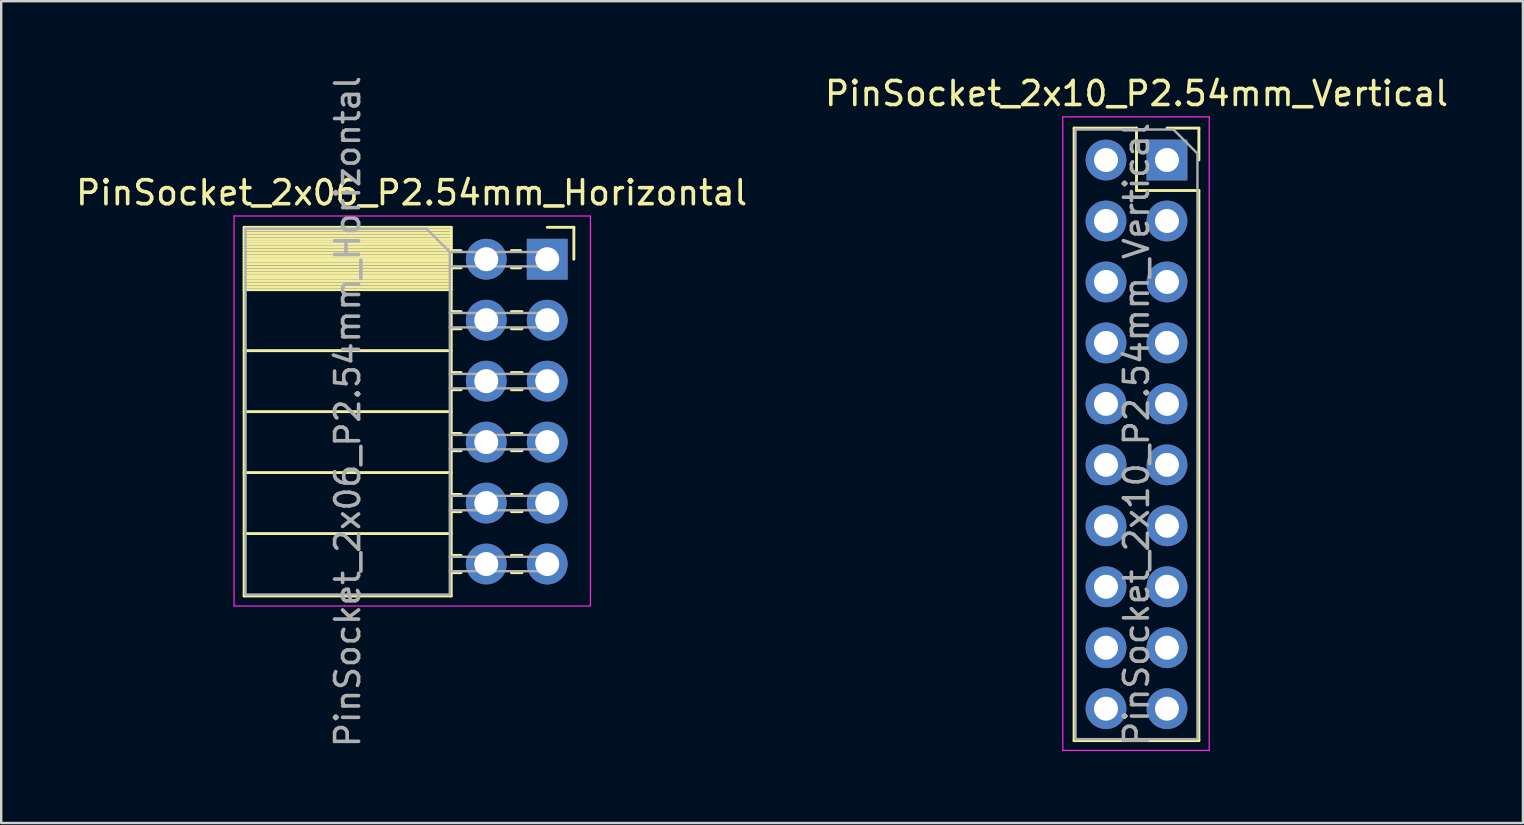
<source format=kicad_pcb>
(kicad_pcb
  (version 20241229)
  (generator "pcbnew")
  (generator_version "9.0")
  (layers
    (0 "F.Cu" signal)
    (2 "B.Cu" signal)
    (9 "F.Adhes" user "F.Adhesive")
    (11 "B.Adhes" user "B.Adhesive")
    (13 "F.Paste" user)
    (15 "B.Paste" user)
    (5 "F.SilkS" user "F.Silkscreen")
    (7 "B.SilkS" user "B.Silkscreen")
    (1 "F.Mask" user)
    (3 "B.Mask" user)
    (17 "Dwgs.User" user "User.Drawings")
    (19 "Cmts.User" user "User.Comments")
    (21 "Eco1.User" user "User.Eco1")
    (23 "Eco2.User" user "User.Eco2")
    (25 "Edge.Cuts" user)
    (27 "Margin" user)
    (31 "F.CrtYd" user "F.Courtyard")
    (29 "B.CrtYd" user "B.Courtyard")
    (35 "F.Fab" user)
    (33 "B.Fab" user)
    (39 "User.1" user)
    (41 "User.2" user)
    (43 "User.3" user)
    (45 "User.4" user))
  (footprint "PinSocket_2x06_P2.54mm_Horizontal"
    (layer "F.Cu")
    (at 19.751 7.751)
    (property "Reference" "PinSocket_2x06_P2.54mm_Horizontal" (at -5.65 -2.77 0) (layer "F.SilkS") (effects (font (size 1 1) (thickness 0.15))))
    (attr through_hole)
    (fp_line (start -12.63 -1.33) (end -12.63 14.03) (stroke (width 0.12) (type solid)) (layer "F.SilkS"))
    (fp_line (start -12.63 -1.33) (end -4 -1.33) (stroke (width 0.12) (type solid)) (layer "F.SilkS"))
    (fp_line (start -12.63 -1.21) (end -4 -1.21) (stroke (width 0.12) (type solid)) (layer "F.SilkS"))
    (fp_line (start -12.63 -1.092) (end -4 -1.092) (stroke (width 0.12) (type solid)) (layer "F.SilkS"))
    (fp_line (start -12.63 -0.974) (end -4 -0.974) (stroke (width 0.12) (type solid)) (layer "F.SilkS"))
    (fp_line (start -12.63 -0.856) (end -4 -0.856) (stroke (width 0.12) (type solid)) (layer "F.SilkS"))
    (fp_line (start -12.63 -0.738) (end -4 -0.738) (stroke (width 0.12) (type solid)) (layer "F.SilkS"))
    (fp_line (start -12.63 -0.62) (end -4 -0.62) (stroke (width 0.12) (type solid)) (layer "F.SilkS"))
    (fp_line (start -12.63 -0.501) (end -4 -0.501) (stroke (width 0.12) (type solid)) (layer "F.SilkS"))
    (fp_line (start -12.63 -0.383) (end -4 -0.383) (stroke (width 0.12) (type solid)) (layer "F.SilkS"))
    (fp_line (start -12.63 -0.265) (end -4 -0.265) (stroke (width 0.12) (type solid)) (layer "F.SilkS"))
    (fp_line (start -12.63 -0.147) (end -4 -0.147) (stroke (width 0.12) (type solid)) (layer "F.SilkS"))
    (fp_line (start -12.63 -0.029) (end -4 -0.029) (stroke (width 0.12) (type solid)) (layer "F.SilkS"))
    (fp_line (start -12.63 0.089) (end -4 0.089) (stroke (width 0.12) (type solid)) (layer "F.SilkS"))
    (fp_line (start -12.63 0.207) (end -4 0.207) (stroke (width 0.12) (type solid)) (layer "F.SilkS"))
    (fp_line (start -12.63 0.325) (end -4 0.325) (stroke (width 0.12) (type solid)) (layer "F.SilkS"))
    (fp_line (start -12.63 0.443) (end -4 0.443) (stroke (width 0.12) (type solid)) (layer "F.SilkS"))
    (fp_line (start -12.63 0.561) (end -4 0.561) (stroke (width 0.12) (type solid)) (layer "F.SilkS"))
    (fp_line (start -12.63 0.68) (end -4 0.68) (stroke (width 0.12) (type solid)) (layer "F.SilkS"))
    (fp_line (start -12.63 0.798) (end -4 0.798) (stroke (width 0.12) (type solid)) (layer "F.SilkS"))
    (fp_line (start -12.63 0.916) (end -4 0.916) (stroke (width 0.12) (type solid)) (layer "F.SilkS"))
    (fp_line (start -12.63 1.034) (end -4 1.034) (stroke (width 0.12) (type solid)) (layer "F.SilkS"))
    (fp_line (start -12.63 1.152) (end -4 1.152) (stroke (width 0.12) (type solid)) (layer "F.SilkS"))
    (fp_line (start -12.63 1.27) (end -4 1.27) (stroke (width 0.12) (type solid)) (layer "F.SilkS"))
    (fp_line (start -12.63 3.81) (end -4 3.81) (stroke (width 0.12) (type solid)) (layer "F.SilkS"))
    (fp_line (start -12.63 6.35) (end -4 6.35) (stroke (width 0.12) (type solid)) (layer "F.SilkS"))
    (fp_line (start -12.63 8.89) (end -4 8.89) (stroke (width 0.12) (type solid)) (layer "F.SilkS"))
    (fp_line (start -12.63 11.43) (end -4 11.43) (stroke (width 0.12) (type solid)) (layer "F.SilkS"))
    (fp_line (start -12.63 14.03) (end -4 14.03) (stroke (width 0.12) (type solid)) (layer "F.SilkS"))
    (fp_line (start -4 -1.33) (end -4 14.03) (stroke (width 0.12) (type solid)) (layer "F.SilkS"))
    (fp_line (start -4 -0.36) (end -3.59 -0.36) (stroke (width 0.12) (type solid)) (layer "F.SilkS"))
    (fp_line (start -4 0.36) (end -3.59 0.36) (stroke (width 0.12) (type solid)) (layer "F.SilkS"))
    (fp_line (start -4 2.18) (end -3.59 2.18) (stroke (width 0.12) (type solid)) (layer "F.SilkS"))
    (fp_line (start -4 2.9) (end -3.59 2.9) (stroke (width 0.12) (type solid)) (layer "F.SilkS"))
    (fp_line (start -4 4.72) (end -3.59 4.72) (stroke (width 0.12) (type solid)) (layer "F.SilkS"))
    (fp_line (start -4 5.44) (end -3.59 5.44) (stroke (width 0.12) (type solid)) (layer "F.SilkS"))
    (fp_line (start -4 7.26) (end -3.59 7.26) (stroke (width 0.12) (type solid)) (layer "F.SilkS"))
    (fp_line (start -4 7.98) (end -3.59 7.98) (stroke (width 0.12) (type solid)) (layer "F.SilkS"))
    (fp_line (start -4 9.8) (end -3.59 9.8) (stroke (width 0.12) (type solid)) (layer "F.SilkS"))
    (fp_line (start -4 10.52) (end -3.59 10.52) (stroke (width 0.12) (type solid)) (layer "F.SilkS"))
    (fp_line (start -4 12.34) (end -3.59 12.34) (stroke (width 0.12) (type solid)) (layer "F.SilkS"))
    (fp_line (start -4 13.06) (end -3.59 13.06) (stroke (width 0.12) (type solid)) (layer "F.SilkS"))
    (fp_line (start -1.49 -0.36) (end -1.11 -0.36) (stroke (width 0.12) (type solid)) (layer "F.SilkS"))
    (fp_line (start -1.49 0.36) (end -1.11 0.36) (stroke (width 0.12) (type solid)) (layer "F.SilkS"))
    (fp_line (start -1.49 2.18) (end -1.05 2.18) (stroke (width 0.12) (type solid)) (layer "F.SilkS"))
    (fp_line (start -1.49 2.9) (end -1.05 2.9) (stroke (width 0.12) (type solid)) (layer "F.SilkS"))
    (fp_line (start -1.49 4.72) (end -1.05 4.72) (stroke (width 0.12) (type solid)) (layer "F.SilkS"))
    (fp_line (start -1.49 5.44) (end -1.05 5.44) (stroke (width 0.12) (type solid)) (layer "F.SilkS"))
    (fp_line (start -1.49 7.26) (end -1.05 7.26) (stroke (width 0.12) (type solid)) (layer "F.SilkS"))
    (fp_line (start -1.49 7.98) (end -1.05 7.98) (stroke (width 0.12) (type solid)) (layer "F.SilkS"))
    (fp_line (start -1.49 9.8) (end -1.05 9.8) (stroke (width 0.12) (type solid)) (layer "F.SilkS"))
    (fp_line (start -1.49 10.52) (end -1.05 10.52) (stroke (width 0.12) (type solid)) (layer "F.SilkS"))
    (fp_line (start -1.49 12.34) (end -1.05 12.34) (stroke (width 0.12) (type solid)) (layer "F.SilkS"))
    (fp_line (start -1.49 13.06) (end -1.05 13.06) (stroke (width 0.12) (type solid)) (layer "F.SilkS"))
    (fp_line (start 0 -1.33) (end 1.11 -1.33) (stroke (width 0.12) (type solid)) (layer "F.SilkS"))
    (fp_line (start 1.11 -1.33) (end 1.11 0) (stroke (width 0.12) (type solid)) (layer "F.SilkS"))
    (fp_line (start -13.05 -1.8) (end -13.05 14.45) (stroke (width 0.05) (type solid)) (layer "F.CrtYd"))
    (fp_line (start -13.05 14.45) (end 1.8 14.45) (stroke (width 0.05) (type solid)) (layer "F.CrtYd"))
    (fp_line (start 1.8 -1.8) (end -13.05 -1.8) (stroke (width 0.05) (type solid)) (layer "F.CrtYd"))
    (fp_line (start 1.8 14.45) (end 1.8 -1.8) (stroke (width 0.05) (type solid)) (layer "F.CrtYd"))
    (fp_line (start -12.57 -1.27) (end -5.03 -1.27) (stroke (width 0.1) (type solid)) (layer "F.Fab"))
    (fp_line (start -12.57 13.97) (end -12.57 -1.27) (stroke (width 0.1) (type solid)) (layer "F.Fab"))
    (fp_line (start -5.03 -1.27) (end -4.06 -0.3) (stroke (width 0.1) (type solid)) (layer "F.Fab"))
    (fp_line (start -4.06 -0.3) (end -4.06 13.97) (stroke (width 0.1) (type solid)) (layer "F.Fab"))
    (fp_line (start -4.06 0.3) (end 0 0.3) (stroke (width 0.1) (type solid)) (layer "F.Fab"))
    (fp_line (start -4.06 2.84) (end 0 2.84) (stroke (width 0.1) (type solid)) (layer "F.Fab"))
    (fp_line (start -4.06 5.38) (end 0 5.38) (stroke (width 0.1) (type solid)) (layer "F.Fab"))
    (fp_line (start -4.06 7.92) (end 0 7.92) (stroke (width 0.1) (type solid)) (layer "F.Fab"))
    (fp_line (start -4.06 10.46) (end 0 10.46) (stroke (width 0.1) (type solid)) (layer "F.Fab"))
    (fp_line (start -4.06 13) (end 0 13) (stroke (width 0.1) (type solid)) (layer "F.Fab"))
    (fp_line (start -4.06 13.97) (end -12.57 13.97) (stroke (width 0.1) (type solid)) (layer "F.Fab"))
    (fp_line (start 0 -0.3) (end -4.06 -0.3) (stroke (width 0.1) (type solid)) (layer "F.Fab"))
    (fp_line (start 0 0.3) (end 0 -0.3) (stroke (width 0.1) (type solid)) (layer "F.Fab"))
    (fp_line (start 0 2.24) (end -4.06 2.24) (stroke (width 0.1) (type solid)) (layer "F.Fab"))
    (fp_line (start 0 2.84) (end 0 2.24) (stroke (width 0.1) (type solid)) (layer "F.Fab"))
    (fp_line (start 0 4.78) (end -4.06 4.78) (stroke (width 0.1) (type solid)) (layer "F.Fab"))
    (fp_line (start 0 5.38) (end 0 4.78) (stroke (width 0.1) (type solid)) (layer "F.Fab"))
    (fp_line (start 0 7.32) (end -4.06 7.32) (stroke (width 0.1) (type solid)) (layer "F.Fab"))
    (fp_line (start 0 7.92) (end 0 7.32) (stroke (width 0.1) (type solid)) (layer "F.Fab"))
    (fp_line (start 0 9.86) (end -4.06 9.86) (stroke (width 0.1) (type solid)) (layer "F.Fab"))
    (fp_line (start 0 10.46) (end 0 9.86) (stroke (width 0.1) (type solid)) (layer "F.Fab"))
    (fp_line (start 0 12.4) (end -4.06 12.4) (stroke (width 0.1) (type solid)) (layer "F.Fab"))
    (fp_line (start 0 13) (end 0 12.4) (stroke (width 0.1) (type solid)) (layer "F.Fab"))
    (fp_text user "${REFERENCE}" (at -8.315 6.35 90) (layer "F.Fab") (effects (font (size 1 1) (thickness 0.15))))
    (pad "1" thru_hole rect (at 0 0) (size 1.7 1.7) (drill 1) (layers "*.Cu" "*.Mask"))
    (pad "2" thru_hole oval (at -2.54 0) (size 1.7 1.7) (drill 1) (layers "*.Cu" "*.Mask"))
    (pad "3" thru_hole oval (at 0 2.54) (size 1.7 1.7) (drill 1) (layers "*.Cu" "*.Mask"))
    (pad "4" thru_hole oval (at -2.54 2.54) (size 1.7 1.7) (drill 1) (layers "*.Cu" "*.Mask"))
    (pad "5" thru_hole oval (at 0 5.08) (size 1.7 1.7) (drill 1) (layers "*.Cu" "*.Mask"))
    (pad "6" thru_hole oval (at -2.54 5.08) (size 1.7 1.7) (drill 1) (layers "*.Cu" "*.Mask"))
    (pad "7" thru_hole oval (at 0 7.62) (size 1.7 1.7) (drill 1) (layers "*.Cu" "*.Mask"))
    (pad "8" thru_hole oval (at -2.54 7.62) (size 1.7 1.7) (drill 1) (layers "*.Cu" "*.Mask"))
    (pad "9" thru_hole oval (at 0 10.16) (size 1.7 1.7) (drill 1) (layers "*.Cu" "*.Mask"))
    (pad "10" thru_hole oval (at -2.54 10.16) (size 1.7 1.7) (drill 1) (layers "*.Cu" "*.Mask"))
    (pad "11" thru_hole oval (at 0 12.7) (size 1.7 1.7) (drill 1) (layers "*.Cu" "*.Mask"))
    (pad "12" thru_hole oval (at -2.54 12.7) (size 1.7 1.7) (drill 1) (layers "*.Cu" "*.Mask")))
  (footprint "PinSocket_2x10_P2.54mm_Vertical"
    (layer "F.Cu")
    (at 45.574 3.618)
    (property "Reference" "PinSocket_2x10_P2.54mm_Vertical" (at -1.27 -2.77 0) (layer "F.SilkS") (effects (font (size 1 1) (thickness 0.15))))
    (attr through_hole)
    (fp_line (start -3.87 -1.33) (end -3.87 24.19) (stroke (width 0.12) (type solid)) (layer "F.SilkS"))
    (fp_line (start -3.87 -1.33) (end -1.27 -1.33) (stroke (width 0.12) (type solid)) (layer "F.SilkS"))
    (fp_line (start -3.87 24.19) (end 1.33 24.19) (stroke (width 0.12) (type solid)) (layer "F.SilkS"))
    (fp_line (start -1.27 -1.33) (end -1.27 1.27) (stroke (width 0.12) (type solid)) (layer "F.SilkS"))
    (fp_line (start -1.27 1.27) (end 1.33 1.27) (stroke (width 0.12) (type solid)) (layer "F.SilkS"))
    (fp_line (start 0 -1.33) (end 1.33 -1.33) (stroke (width 0.12) (type solid)) (layer "F.SilkS"))
    (fp_line (start 1.33 -1.33) (end 1.33 0) (stroke (width 0.12) (type solid)) (layer "F.SilkS"))
    (fp_line (start 1.33 1.27) (end 1.33 24.19) (stroke (width 0.12) (type solid)) (layer "F.SilkS"))
    (fp_line (start -4.34 -1.8) (end 1.76 -1.8) (stroke (width 0.05) (type solid)) (layer "F.CrtYd"))
    (fp_line (start -4.34 24.6) (end -4.34 -1.8) (stroke (width 0.05) (type solid)) (layer "F.CrtYd"))
    (fp_line (start 1.76 -1.8) (end 1.76 24.6) (stroke (width 0.05) (type solid)) (layer "F.CrtYd"))
    (fp_line (start 1.76 24.6) (end -4.34 24.6) (stroke (width 0.05) (type solid)) (layer "F.CrtYd"))
    (fp_line (start -3.81 -1.27) (end 0.27 -1.27) (stroke (width 0.1) (type solid)) (layer "F.Fab"))
    (fp_line (start -3.81 24.13) (end -3.81 -1.27) (stroke (width 0.1) (type solid)) (layer "F.Fab"))
    (fp_line (start 0.27 -1.27) (end 1.27 -0.27) (stroke (width 0.1) (type solid)) (layer "F.Fab"))
    (fp_line (start 1.27 -0.27) (end 1.27 24.13) (stroke (width 0.1) (type solid)) (layer "F.Fab"))
    (fp_line (start 1.27 24.13) (end -3.81 24.13) (stroke (width 0.1) (type solid)) (layer "F.Fab"))
    (fp_text user "${REFERENCE}" (at -1.27 11.43 90) (layer "F.Fab") (effects (font (size 1 1) (thickness 0.15))))
    (pad "1" thru_hole rect (at 0 0) (size 1.7 1.7) (drill 1) (layers "*.Cu" "*.Mask"))
    (pad "2" thru_hole oval (at -2.54 0) (size 1.7 1.7) (drill 1) (layers "*.Cu" "*.Mask"))
    (pad "3" thru_hole oval (at 0 2.54) (size 1.7 1.7) (drill 1) (layers "*.Cu" "*.Mask"))
    (pad "4" thru_hole oval (at -2.54 2.54) (size 1.7 1.7) (drill 1) (layers "*.Cu" "*.Mask"))
    (pad "5" thru_hole oval (at 0 5.08) (size 1.7 1.7) (drill 1) (layers "*.Cu" "*.Mask"))
    (pad "6" thru_hole oval (at -2.54 5.08) (size 1.7 1.7) (drill 1) (layers "*.Cu" "*.Mask"))
    (pad "7" thru_hole oval (at 0 7.62) (size 1.7 1.7) (drill 1) (layers "*.Cu" "*.Mask"))
    (pad "8" thru_hole oval (at -2.54 7.62) (size 1.7 1.7) (drill 1) (layers "*.Cu" "*.Mask"))
    (pad "9" thru_hole oval (at 0 10.16) (size 1.7 1.7) (drill 1) (layers "*.Cu" "*.Mask"))
    (pad "10" thru_hole oval (at -2.54 10.16) (size 1.7 1.7) (drill 1) (layers "*.Cu" "*.Mask"))
    (pad "11" thru_hole oval (at 0 12.7) (size 1.7 1.7) (drill 1) (layers "*.Cu" "*.Mask"))
    (pad "12" thru_hole oval (at -2.54 12.7) (size 1.7 1.7) (drill 1) (layers "*.Cu" "*.Mask"))
    (pad "13" thru_hole oval (at 0 15.24) (size 1.7 1.7) (drill 1) (layers "*.Cu" "*.Mask"))
    (pad "14" thru_hole oval (at -2.54 15.24) (size 1.7 1.7) (drill 1) (layers "*.Cu" "*.Mask"))
    (pad "15" thru_hole oval (at 0 17.78) (size 1.7 1.7) (drill 1) (layers "*.Cu" "*.Mask"))
    (pad "16" thru_hole oval (at -2.54 17.78) (size 1.7 1.7) (drill 1) (layers "*.Cu" "*.Mask"))
    (pad "17" thru_hole oval (at 0 20.32) (size 1.7 1.7) (drill 1) (layers "*.Cu" "*.Mask"))
    (pad "18" thru_hole oval (at -2.54 20.32) (size 1.7 1.7) (drill 1) (layers "*.Cu" "*.Mask"))
    (pad "19" thru_hole oval (at 0 22.86) (size 1.7 1.7) (drill 1) (layers "*.Cu" "*.Mask"))
    (pad "20" thru_hole oval (at -2.54 22.86) (size 1.7 1.7) (drill 1) (layers "*.Cu" "*.Mask")))
  (gr_rect
    (start -3 -3)
    (end 60.405 31.243)
    (stroke (width 0.1) (type default))
    (fill no)
    (layer "Edge.Cuts")))
</source>
